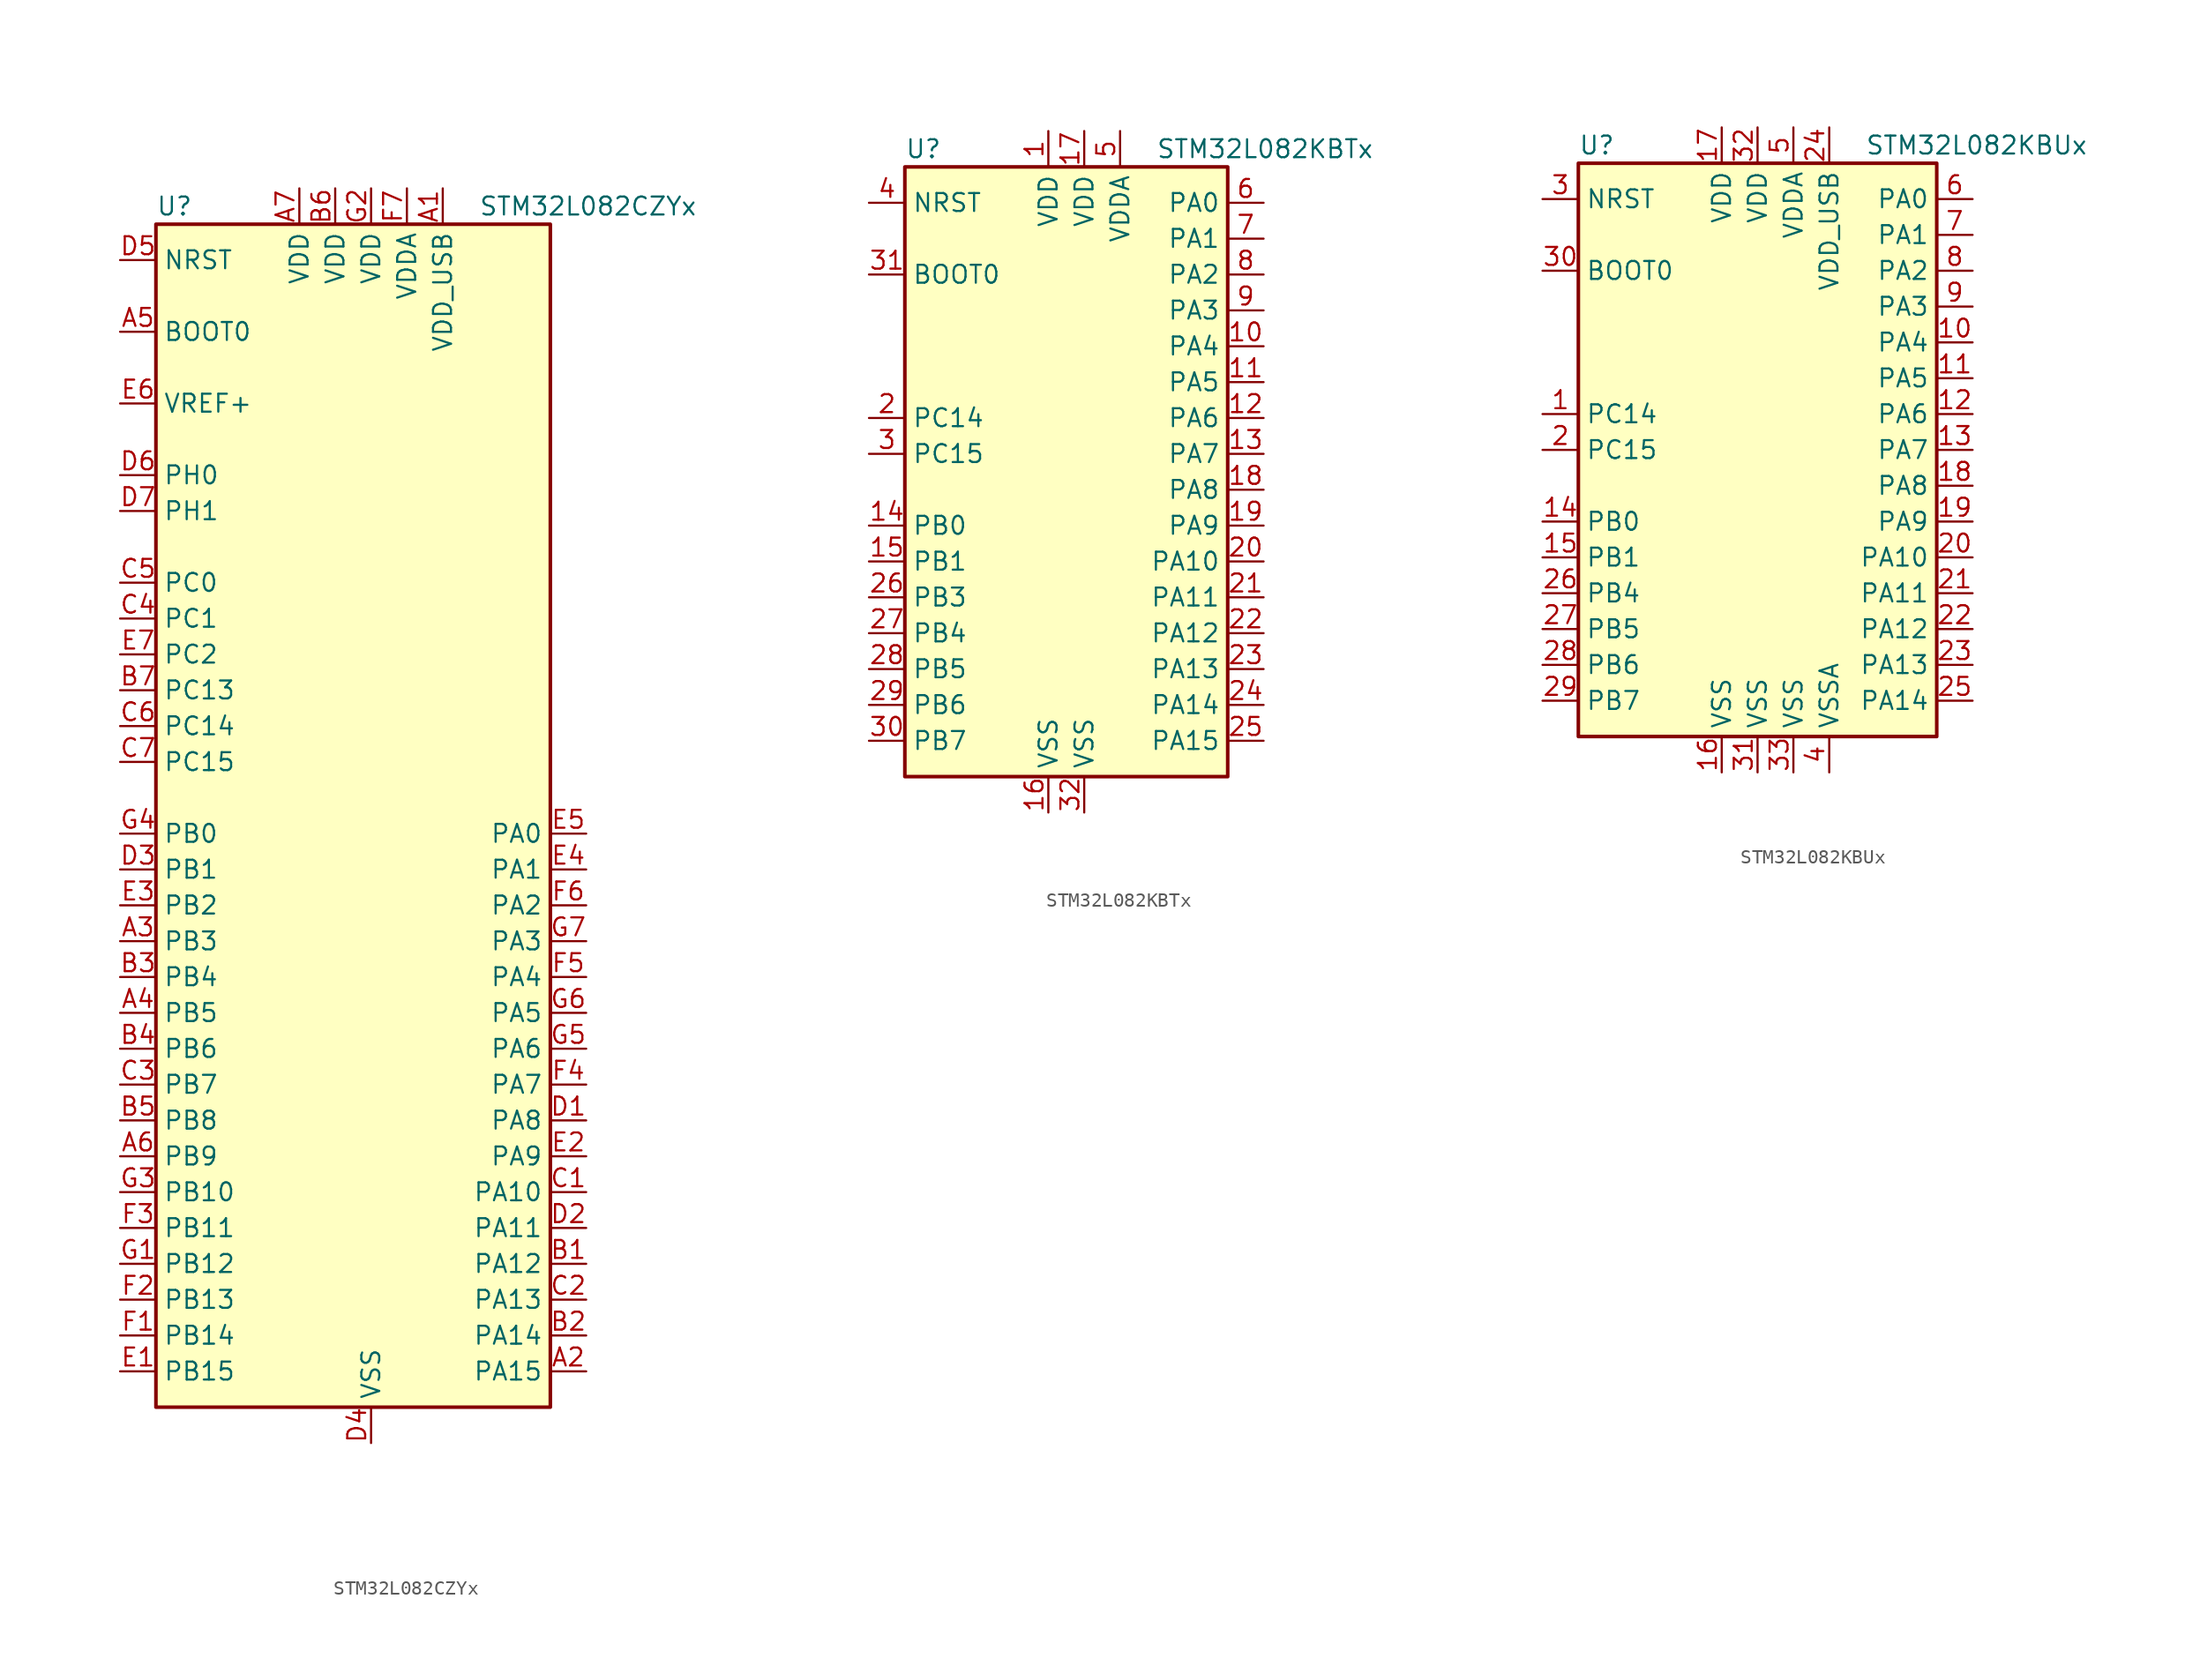
<source format=kicad_sym>
(kicad_symbol_lib
  (version 20211014)
  (generator kicad_symbol_editor)
  (symbol "STM32L082CZYx"
    (property "Reference" "U"
      (at -15.24 41.91 0)
      (effects (font (size 1.27 1.27)) (justify left)))
    (property "Value" "STM32L082CZYx"
      (at 7.62 41.91 0)
      (effects (font (size 1.27 1.27)) (justify left)))
    (symbol "STM32L082CZYx_0_1"
      (rectangle (start -15.24 -43.18) (end 12.7 40.64) (stroke (width 0.254) (type default) (color 0 0 0 0)) (fill (type background))))
    (symbol "STM32L082CZYx_1_1"
      (pin power_in line (at 5.08 43.18 270) (length 2.54) (name "VDD_USB" (effects (font (size 1.27 1.27)))) (number "A1" (effects (font (size 1.27 1.27)))))
      (pin bidirectional line (at 15.24 -40.64 180) (length 2.54) (name "PA15" (effects (font (size 1.27 1.27)))) (number "A2" (effects (font (size 1.27 1.27)))))
      (pin bidirectional line (at -17.78 -10.16 0) (length 2.54) (name "PB3" (effects (font (size 1.27 1.27)))) (number "A3" (effects (font (size 1.27 1.27)))))
      (pin bidirectional line (at -17.78 -15.24 0) (length 2.54) (name "PB5" (effects (font (size 1.27 1.27)))) (number "A4" (effects (font (size 1.27 1.27)))))
      (pin input line (at -17.78 33.02 0) (length 2.54) (name "BOOT0" (effects (font (size 1.27 1.27)))) (number "A5" (effects (font (size 1.27 1.27)))))
      (pin bidirectional line (at -17.78 -25.4 0) (length 2.54) (name "PB9" (effects (font (size 1.27 1.27)))) (number "A6" (effects (font (size 1.27 1.27)))))
      (pin power_in line (at -5.08 43.18 270) (length 2.54) (name "VDD" (effects (font (size 1.27 1.27)))) (number "A7" (effects (font (size 1.27 1.27)))))
      (pin bidirectional line (at 15.24 -33.02 180) (length 2.54) (name "PA12" (effects (font (size 1.27 1.27)))) (number "B1" (effects (font (size 1.27 1.27)))))
      (pin bidirectional line (at 15.24 -38.1 180) (length 2.54) (name "PA14" (effects (font (size 1.27 1.27)))) (number "B2" (effects (font (size 1.27 1.27)))))
      (pin bidirectional line (at -17.78 -12.7 0) (length 2.54) (name "PB4" (effects (font (size 1.27 1.27)))) (number "B3" (effects (font (size 1.27 1.27)))))
      (pin bidirectional line (at -17.78 -17.78 0) (length 2.54) (name "PB6" (effects (font (size 1.27 1.27)))) (number "B4" (effects (font (size 1.27 1.27)))))
      (pin bidirectional line (at -17.78 -22.86 0) (length 2.54) (name "PB8" (effects (font (size 1.27 1.27)))) (number "B5" (effects (font (size 1.27 1.27)))))
      (pin power_in line (at -2.54 43.18 270) (length 2.54) (name "VDD" (effects (font (size 1.27 1.27)))) (number "B6" (effects (font (size 1.27 1.27)))))
      (pin bidirectional line (at -17.78 7.62 0) (length 2.54) (name "PC13" (effects (font (size 1.27 1.27)))) (number "B7" (effects (font (size 1.27 1.27)))))
      (pin bidirectional line (at 15.24 -27.94 180) (length 2.54) (name "PA10" (effects (font (size 1.27 1.27)))) (number "C1" (effects (font (size 1.27 1.27)))))
      (pin bidirectional line (at 15.24 -35.56 180) (length 2.54) (name "PA13" (effects (font (size 1.27 1.27)))) (number "C2" (effects (font (size 1.27 1.27)))))
      (pin bidirectional line (at -17.78 -20.32 0) (length 2.54) (name "PB7" (effects (font (size 1.27 1.27)))) (number "C3" (effects (font (size 1.27 1.27)))))
      (pin bidirectional line (at -17.78 12.7 0) (length 2.54) (name "PC1" (effects (font (size 1.27 1.27)))) (number "C4" (effects (font (size 1.27 1.27)))))
      (pin bidirectional line (at -17.78 15.24 0) (length 2.54) (name "PC0" (effects (font (size 1.27 1.27)))) (number "C5" (effects (font (size 1.27 1.27)))))
      (pin bidirectional line (at -17.78 5.08 0) (length 2.54) (name "PC14" (effects (font (size 1.27 1.27)))) (number "C6" (effects (font (size 1.27 1.27)))))
      (pin bidirectional line (at -17.78 2.54 0) (length 2.54) (name "PC15" (effects (font (size 1.27 1.27)))) (number "C7" (effects (font (size 1.27 1.27)))))
      (pin bidirectional line (at 15.24 -22.86 180) (length 2.54) (name "PA8" (effects (font (size 1.27 1.27)))) (number "D1" (effects (font (size 1.27 1.27)))))
      (pin bidirectional line (at 15.24 -30.48 180) (length 2.54) (name "PA11" (effects (font (size 1.27 1.27)))) (number "D2" (effects (font (size 1.27 1.27)))))
      (pin bidirectional line (at -17.78 -5.08 0) (length 2.54) (name "PB1" (effects (font (size 1.27 1.27)))) (number "D3" (effects (font (size 1.27 1.27)))))
      (pin power_in line (at 0 -45.72 90) (length 2.54) (name "VSS" (effects (font (size 1.27 1.27)))) (number "D4" (effects (font (size 1.27 1.27)))))
      (pin input line (at -17.78 38.1 0) (length 2.54) (name "NRST" (effects (font (size 1.27 1.27)))) (number "D5" (effects (font (size 1.27 1.27)))))
      (pin input line (at -17.78 22.86 0) (length 2.54) (name "PH0" (effects (font (size 1.27 1.27)))) (number "D6" (effects (font (size 1.27 1.27)))))
      (pin input line (at -17.78 20.32 0) (length 2.54) (name "PH1" (effects (font (size 1.27 1.27)))) (number "D7" (effects (font (size 1.27 1.27)))))
      (pin bidirectional line (at -17.78 -40.64 0) (length 2.54) (name "PB15" (effects (font (size 1.27 1.27)))) (number "E1" (effects (font (size 1.27 1.27)))))
      (pin bidirectional line (at 15.24 -25.4 180) (length 2.54) (name "PA9" (effects (font (size 1.27 1.27)))) (number "E2" (effects (font (size 1.27 1.27)))))
      (pin bidirectional line (at -17.78 -7.62 0) (length 2.54) (name "PB2" (effects (font (size 1.27 1.27)))) (number "E3" (effects (font (size 1.27 1.27)))))
      (pin bidirectional line (at 15.24 -5.08 180) (length 2.54) (name "PA1" (effects (font (size 1.27 1.27)))) (number "E4" (effects (font (size 1.27 1.27)))))
      (pin bidirectional line (at 15.24 -2.54 180) (length 2.54) (name "PA0" (effects (font (size 1.27 1.27)))) (number "E5" (effects (font (size 1.27 1.27)))))
      (pin power_in line (at -17.78 27.94 0) (length 2.54) (name "VREF+" (effects (font (size 1.27 1.27)))) (number "E6" (effects (font (size 1.27 1.27)))))
      (pin bidirectional line (at -17.78 10.16 0) (length 2.54) (name "PC2" (effects (font (size 1.27 1.27)))) (number "E7" (effects (font (size 1.27 1.27)))))
      (pin bidirectional line (at -17.78 -38.1 0) (length 2.54) (name "PB14" (effects (font (size 1.27 1.27)))) (number "F1" (effects (font (size 1.27 1.27)))))
      (pin bidirectional line (at -17.78 -35.56 0) (length 2.54) (name "PB13" (effects (font (size 1.27 1.27)))) (number "F2" (effects (font (size 1.27 1.27)))))
      (pin bidirectional line (at -17.78 -30.48 0) (length 2.54) (name "PB11" (effects (font (size 1.27 1.27)))) (number "F3" (effects (font (size 1.27 1.27)))))
      (pin bidirectional line (at 15.24 -20.32 180) (length 2.54) (name "PA7" (effects (font (size 1.27 1.27)))) (number "F4" (effects (font (size 1.27 1.27)))))
      (pin bidirectional line (at 15.24 -12.7 180) (length 2.54) (name "PA4" (effects (font (size 1.27 1.27)))) (number "F5" (effects (font (size 1.27 1.27)))))
      (pin bidirectional line (at 15.24 -7.62 180) (length 2.54) (name "PA2" (effects (font (size 1.27 1.27)))) (number "F6" (effects (font (size 1.27 1.27)))))
      (pin power_in line (at 2.54 43.18 270) (length 2.54) (name "VDDA" (effects (font (size 1.27 1.27)))) (number "F7" (effects (font (size 1.27 1.27)))))
      (pin bidirectional line (at -17.78 -33.02 0) (length 2.54) (name "PB12" (effects (font (size 1.27 1.27)))) (number "G1" (effects (font (size 1.27 1.27)))))
      (pin power_in line (at 0 43.18 270) (length 2.54) (name "VDD" (effects (font (size 1.27 1.27)))) (number "G2" (effects (font (size 1.27 1.27)))))
      (pin bidirectional line (at -17.78 -27.94 0) (length 2.54) (name "PB10" (effects (font (size 1.27 1.27)))) (number "G3" (effects (font (size 1.27 1.27)))))
      (pin bidirectional line (at -17.78 -2.54 0) (length 2.54) (name "PB0" (effects (font (size 1.27 1.27)))) (number "G4" (effects (font (size 1.27 1.27)))))
      (pin bidirectional line (at 15.24 -17.78 180) (length 2.54) (name "PA6" (effects (font (size 1.27 1.27)))) (number "G5" (effects (font (size 1.27 1.27)))))
      (pin bidirectional line (at 15.24 -15.24 180) (length 2.54) (name "PA5" (effects (font (size 1.27 1.27)))) (number "G6" (effects (font (size 1.27 1.27)))))
      (pin bidirectional line (at 15.24 -10.16 180) (length 2.54) (name "PA3" (effects (font (size 1.27 1.27)))) (number "G7" (effects (font (size 1.27 1.27)))))))
  (symbol "STM32L082KBTx"
    (property "Reference" "U"
      (at -12.7 21.59 0)
      (effects (font (size 1.27 1.27)) (justify left)))
    (property "Value" "STM32L082KBTx"
      (at 5.08 21.59 0)
      (effects (font (size 1.27 1.27)) (justify left)))
    (symbol "STM32L082KBTx_0_1"
      (rectangle (start -12.7 -22.86) (end 10.16 20.32) (stroke (width 0.254) (type default) (color 0 0 0 0)) (fill (type background))))
    (symbol "STM32L082KBTx_1_1"
      (pin power_in line (at -2.54 22.86 270) (length 2.54) (name "VDD" (effects (font (size 1.27 1.27)))) (number "1" (effects (font (size 1.27 1.27)))))
      (pin bidirectional line (at 12.7 7.62 180) (length 2.54) (name "PA4" (effects (font (size 1.27 1.27)))) (number "10" (effects (font (size 1.27 1.27)))))
      (pin bidirectional line (at 12.7 5.08 180) (length 2.54) (name "PA5" (effects (font (size 1.27 1.27)))) (number "11" (effects (font (size 1.27 1.27)))))
      (pin bidirectional line (at 12.7 2.54 180) (length 2.54) (name "PA6" (effects (font (size 1.27 1.27)))) (number "12" (effects (font (size 1.27 1.27)))))
      (pin bidirectional line (at 12.7 0 180) (length 2.54) (name "PA7" (effects (font (size 1.27 1.27)))) (number "13" (effects (font (size 1.27 1.27)))))
      (pin bidirectional line (at -15.24 -5.08 0) (length 2.54) (name "PB0" (effects (font (size 1.27 1.27)))) (number "14" (effects (font (size 1.27 1.27)))))
      (pin bidirectional line (at -15.24 -7.62 0) (length 2.54) (name "PB1" (effects (font (size 1.27 1.27)))) (number "15" (effects (font (size 1.27 1.27)))))
      (pin power_in line (at -2.54 -25.4 90) (length 2.54) (name "VSS" (effects (font (size 1.27 1.27)))) (number "16" (effects (font (size 1.27 1.27)))))
      (pin power_in line (at 0 22.86 270) (length 2.54) (name "VDD" (effects (font (size 1.27 1.27)))) (number "17" (effects (font (size 1.27 1.27)))))
      (pin bidirectional line (at 12.7 -2.54 180) (length 2.54) (name "PA8" (effects (font (size 1.27 1.27)))) (number "18" (effects (font (size 1.27 1.27)))))
      (pin bidirectional line (at 12.7 -5.08 180) (length 2.54) (name "PA9" (effects (font (size 1.27 1.27)))) (number "19" (effects (font (size 1.27 1.27)))))
      (pin bidirectional line (at -15.24 2.54 0) (length 2.54) (name "PC14" (effects (font (size 1.27 1.27)))) (number "2" (effects (font (size 1.27 1.27)))))
      (pin bidirectional line (at 12.7 -7.62 180) (length 2.54) (name "PA10" (effects (font (size 1.27 1.27)))) (number "20" (effects (font (size 1.27 1.27)))))
      (pin bidirectional line (at 12.7 -10.16 180) (length 2.54) (name "PA11" (effects (font (size 1.27 1.27)))) (number "21" (effects (font (size 1.27 1.27)))))
      (pin bidirectional line (at 12.7 -12.7 180) (length 2.54) (name "PA12" (effects (font (size 1.27 1.27)))) (number "22" (effects (font (size 1.27 1.27)))))
      (pin bidirectional line (at 12.7 -15.24 180) (length 2.54) (name "PA13" (effects (font (size 1.27 1.27)))) (number "23" (effects (font (size 1.27 1.27)))))
      (pin bidirectional line (at 12.7 -17.78 180) (length 2.54) (name "PA14" (effects (font (size 1.27 1.27)))) (number "24" (effects (font (size 1.27 1.27)))))
      (pin bidirectional line (at 12.7 -20.32 180) (length 2.54) (name "PA15" (effects (font (size 1.27 1.27)))) (number "25" (effects (font (size 1.27 1.27)))))
      (pin bidirectional line (at -15.24 -10.16 0) (length 2.54) (name "PB3" (effects (font (size 1.27 1.27)))) (number "26" (effects (font (size 1.27 1.27)))))
      (pin bidirectional line (at -15.24 -12.7 0) (length 2.54) (name "PB4" (effects (font (size 1.27 1.27)))) (number "27" (effects (font (size 1.27 1.27)))))
      (pin bidirectional line (at -15.24 -15.24 0) (length 2.54) (name "PB5" (effects (font (size 1.27 1.27)))) (number "28" (effects (font (size 1.27 1.27)))))
      (pin bidirectional line (at -15.24 -17.78 0) (length 2.54) (name "PB6" (effects (font (size 1.27 1.27)))) (number "29" (effects (font (size 1.27 1.27)))))
      (pin bidirectional line (at -15.24 0 0) (length 2.54) (name "PC15" (effects (font (size 1.27 1.27)))) (number "3" (effects (font (size 1.27 1.27)))))
      (pin bidirectional line (at -15.24 -20.32 0) (length 2.54) (name "PB7" (effects (font (size 1.27 1.27)))) (number "30" (effects (font (size 1.27 1.27)))))
      (pin input line (at -15.24 12.7 0) (length 2.54) (name "BOOT0" (effects (font (size 1.27 1.27)))) (number "31" (effects (font (size 1.27 1.27)))))
      (pin power_in line (at 0 -25.4 90) (length 2.54) (name "VSS" (effects (font (size 1.27 1.27)))) (number "32" (effects (font (size 1.27 1.27)))))
      (pin input line (at -15.24 17.78 0) (length 2.54) (name "NRST" (effects (font (size 1.27 1.27)))) (number "4" (effects (font (size 1.27 1.27)))))
      (pin power_in line (at 2.54 22.86 270) (length 2.54) (name "VDDA" (effects (font (size 1.27 1.27)))) (number "5" (effects (font (size 1.27 1.27)))))
      (pin bidirectional line (at 12.7 17.78 180) (length 2.54) (name "PA0" (effects (font (size 1.27 1.27)))) (number "6" (effects (font (size 1.27 1.27)))))
      (pin bidirectional line (at 12.7 15.24 180) (length 2.54) (name "PA1" (effects (font (size 1.27 1.27)))) (number "7" (effects (font (size 1.27 1.27)))))
      (pin bidirectional line (at 12.7 12.7 180) (length 2.54) (name "PA2" (effects (font (size 1.27 1.27)))) (number "8" (effects (font (size 1.27 1.27)))))
      (pin bidirectional line (at 12.7 10.16 180) (length 2.54) (name "PA3" (effects (font (size 1.27 1.27)))) (number "9" (effects (font (size 1.27 1.27)))))))
  (symbol "STM32L082KBUx"
    (property "Reference" "U"
      (at -12.7 21.59 0)
      (effects (font (size 1.27 1.27)) (justify left)))
    (property "Value" "STM32L082KBUx"
      (at 7.62 21.59 0)
      (effects (font (size 1.27 1.27)) (justify left)))
    (symbol "STM32L082KBUx_0_1"
      (rectangle (start -12.7 -20.32) (end 12.7 20.32) (stroke (width 0.254) (type default) (color 0 0 0 0)) (fill (type background))))
    (symbol "STM32L082KBUx_1_1"
      (pin bidirectional line (at -15.24 2.54 0) (length 2.54) (name "PC14" (effects (font (size 1.27 1.27)))) (number "1" (effects (font (size 1.27 1.27)))))
      (pin bidirectional line (at 15.24 7.62 180) (length 2.54) (name "PA4" (effects (font (size 1.27 1.27)))) (number "10" (effects (font (size 1.27 1.27)))))
      (pin bidirectional line (at 15.24 5.08 180) (length 2.54) (name "PA5" (effects (font (size 1.27 1.27)))) (number "11" (effects (font (size 1.27 1.27)))))
      (pin bidirectional line (at 15.24 2.54 180) (length 2.54) (name "PA6" (effects (font (size 1.27 1.27)))) (number "12" (effects (font (size 1.27 1.27)))))
      (pin bidirectional line (at 15.24 0 180) (length 2.54) (name "PA7" (effects (font (size 1.27 1.27)))) (number "13" (effects (font (size 1.27 1.27)))))
      (pin bidirectional line (at -15.24 -5.08 0) (length 2.54) (name "PB0" (effects (font (size 1.27 1.27)))) (number "14" (effects (font (size 1.27 1.27)))))
      (pin bidirectional line (at -15.24 -7.62 0) (length 2.54) (name "PB1" (effects (font (size 1.27 1.27)))) (number "15" (effects (font (size 1.27 1.27)))))
      (pin power_in line (at -2.54 -22.86 90) (length 2.54) (name "VSS" (effects (font (size 1.27 1.27)))) (number "16" (effects (font (size 1.27 1.27)))))
      (pin power_in line (at -2.54 22.86 270) (length 2.54) (name "VDD" (effects (font (size 1.27 1.27)))) (number "17" (effects (font (size 1.27 1.27)))))
      (pin bidirectional line (at 15.24 -2.54 180) (length 2.54) (name "PA8" (effects (font (size 1.27 1.27)))) (number "18" (effects (font (size 1.27 1.27)))))
      (pin bidirectional line (at 15.24 -5.08 180) (length 2.54) (name "PA9" (effects (font (size 1.27 1.27)))) (number "19" (effects (font (size 1.27 1.27)))))
      (pin bidirectional line (at -15.24 0 0) (length 2.54) (name "PC15" (effects (font (size 1.27 1.27)))) (number "2" (effects (font (size 1.27 1.27)))))
      (pin bidirectional line (at 15.24 -7.62 180) (length 2.54) (name "PA10" (effects (font (size 1.27 1.27)))) (number "20" (effects (font (size 1.27 1.27)))))
      (pin bidirectional line (at 15.24 -10.16 180) (length 2.54) (name "PA11" (effects (font (size 1.27 1.27)))) (number "21" (effects (font (size 1.27 1.27)))))
      (pin bidirectional line (at 15.24 -12.7 180) (length 2.54) (name "PA12" (effects (font (size 1.27 1.27)))) (number "22" (effects (font (size 1.27 1.27)))))
      (pin bidirectional line (at 15.24 -15.24 180) (length 2.54) (name "PA13" (effects (font (size 1.27 1.27)))) (number "23" (effects (font (size 1.27 1.27)))))
      (pin power_in line (at 5.08 22.86 270) (length 2.54) (name "VDD_USB" (effects (font (size 1.27 1.27)))) (number "24" (effects (font (size 1.27 1.27)))))
      (pin bidirectional line (at 15.24 -17.78 180) (length 2.54) (name "PA14" (effects (font (size 1.27 1.27)))) (number "25" (effects (font (size 1.27 1.27)))))
      (pin bidirectional line (at -15.24 -10.16 0) (length 2.54) (name "PB4" (effects (font (size 1.27 1.27)))) (number "26" (effects (font (size 1.27 1.27)))))
      (pin bidirectional line (at -15.24 -12.7 0) (length 2.54) (name "PB5" (effects (font (size 1.27 1.27)))) (number "27" (effects (font (size 1.27 1.27)))))
      (pin bidirectional line (at -15.24 -15.24 0) (length 2.54) (name "PB6" (effects (font (size 1.27 1.27)))) (number "28" (effects (font (size 1.27 1.27)))))
      (pin bidirectional line (at -15.24 -17.78 0) (length 2.54) (name "PB7" (effects (font (size 1.27 1.27)))) (number "29" (effects (font (size 1.27 1.27)))))
      (pin input line (at -15.24 17.78 0) (length 2.54) (name "NRST" (effects (font (size 1.27 1.27)))) (number "3" (effects (font (size 1.27 1.27)))))
      (pin input line (at -15.24 12.7 0) (length 2.54) (name "BOOT0" (effects (font (size 1.27 1.27)))) (number "30" (effects (font (size 1.27 1.27)))))
      (pin power_in line (at 0 -22.86 90) (length 2.54) (name "VSS" (effects (font (size 1.27 1.27)))) (number "31" (effects (font (size 1.27 1.27)))))
      (pin power_in line (at 0 22.86 270) (length 2.54) (name "VDD" (effects (font (size 1.27 1.27)))) (number "32" (effects (font (size 1.27 1.27)))))
      (pin power_in line (at 2.54 -22.86 90) (length 2.54) (name "VSS" (effects (font (size 1.27 1.27)))) (number "33" (effects (font (size 1.27 1.27)))))
      (pin power_in line (at 5.08 -22.86 90) (length 2.54) (name "VSSA" (effects (font (size 1.27 1.27)))) (number "4" (effects (font (size 1.27 1.27)))))
      (pin power_in line (at 2.54 22.86 270) (length 2.54) (name "VDDA" (effects (font (size 1.27 1.27)))) (number "5" (effects (font (size 1.27 1.27)))))
      (pin bidirectional line (at 15.24 17.78 180) (length 2.54) (name "PA0" (effects (font (size 1.27 1.27)))) (number "6" (effects (font (size 1.27 1.27)))))
      (pin bidirectional line (at 15.24 15.24 180) (length 2.54) (name "PA1" (effects (font (size 1.27 1.27)))) (number "7" (effects (font (size 1.27 1.27)))))
      (pin bidirectional line (at 15.24 12.7 180) (length 2.54) (name "PA2" (effects (font (size 1.27 1.27)))) (number "8" (effects (font (size 1.27 1.27)))))
      (pin bidirectional line (at 15.24 10.16 180) (length 2.54) (name "PA3" (effects (font (size 1.27 1.27)))) (number "9" (effects (font (size 1.27 1.27))))))))
</source>
